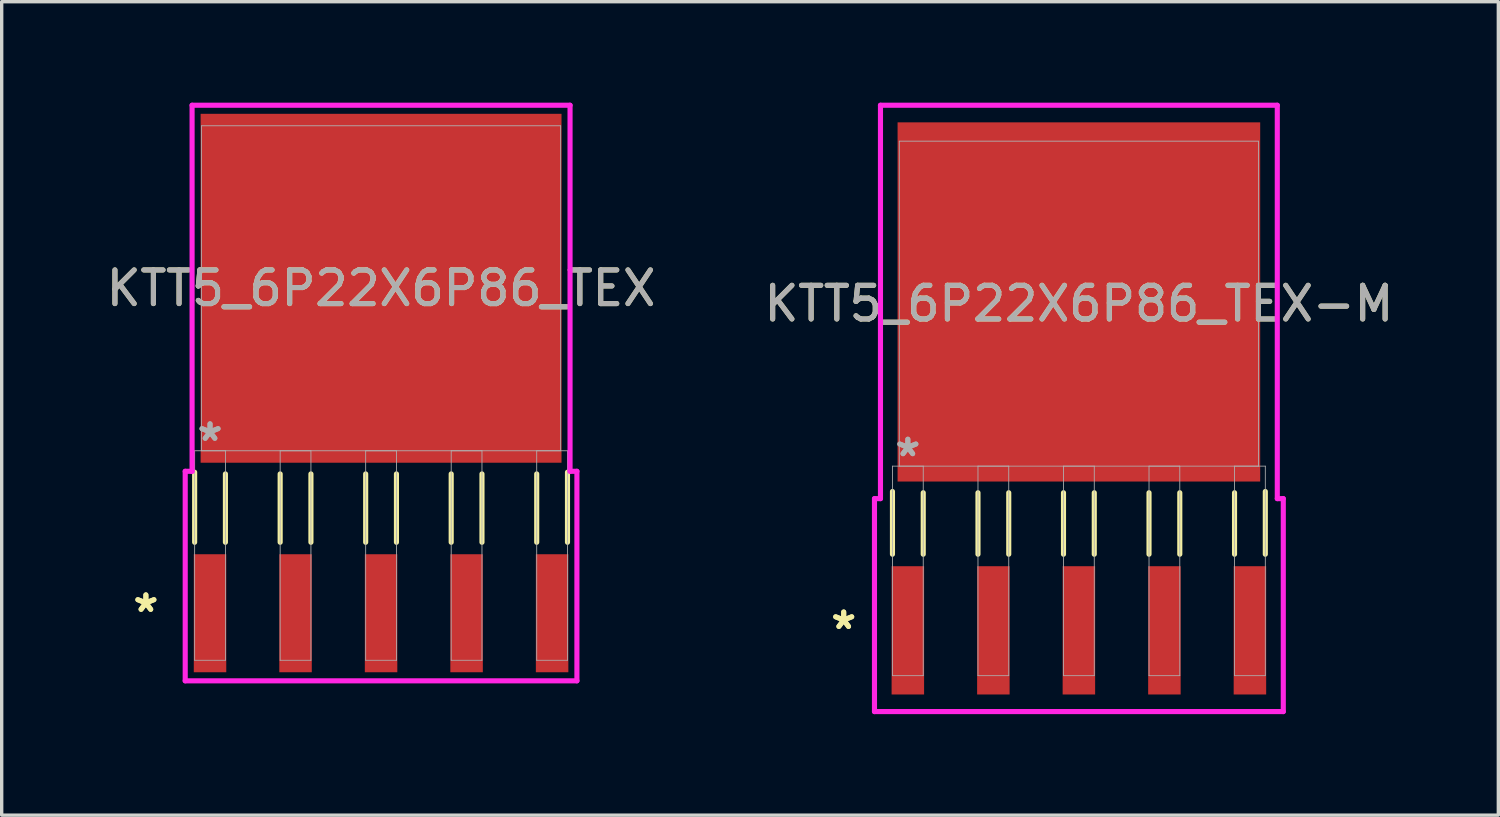
<source format=kicad_pcb>
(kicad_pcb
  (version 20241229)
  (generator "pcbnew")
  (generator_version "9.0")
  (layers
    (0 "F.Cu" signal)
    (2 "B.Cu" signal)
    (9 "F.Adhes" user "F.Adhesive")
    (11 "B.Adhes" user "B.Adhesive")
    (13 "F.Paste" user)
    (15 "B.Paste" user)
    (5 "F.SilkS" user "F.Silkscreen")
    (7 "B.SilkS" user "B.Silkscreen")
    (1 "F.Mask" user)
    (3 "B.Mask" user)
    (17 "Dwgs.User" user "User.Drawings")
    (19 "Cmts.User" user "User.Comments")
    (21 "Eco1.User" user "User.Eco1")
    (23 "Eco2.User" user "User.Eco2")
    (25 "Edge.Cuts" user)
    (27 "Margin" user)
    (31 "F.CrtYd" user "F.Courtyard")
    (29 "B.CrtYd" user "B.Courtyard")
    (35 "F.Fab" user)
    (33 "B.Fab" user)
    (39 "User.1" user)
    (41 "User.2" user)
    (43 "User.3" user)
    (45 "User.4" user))
  (footprint "KTT5_6P22X6P86_TEX"
    (layer "F.Cu")
    (at 8.268 5.512)
    (property "Reference" "KTT5_6P22X6P86_TEX" (at 0 0 0) (unlocked yes) (layer "F.SilkS") (effects (font (size 1 1) (thickness 0.15))))
    (attr smd)
    (fp_line (start -5.537 5.463) (end -5.537 7.544) (stroke (width 0.152) (type solid)) (layer "F.SilkS"))
    (fp_line (start -4.623 5.514) (end -4.623 7.544) (stroke (width 0.152) (type solid)) (layer "F.SilkS"))
    (fp_line (start -2.997 5.514) (end -2.997 7.544) (stroke (width 0.152) (type solid)) (layer "F.SilkS"))
    (fp_line (start -2.083 5.514) (end -2.083 7.544) (stroke (width 0.152) (type solid)) (layer "F.SilkS"))
    (fp_line (start -0.457 5.514) (end -0.457 7.544) (stroke (width 0.152) (type solid)) (layer "F.SilkS"))
    (fp_line (start 0.457 5.514) (end 0.457 7.544) (stroke (width 0.152) (type solid)) (layer "F.SilkS"))
    (fp_line (start 2.083 5.514) (end 2.083 7.544) (stroke (width 0.152) (type solid)) (layer "F.SilkS"))
    (fp_line (start 2.997 5.514) (end 2.997 7.544) (stroke (width 0.152) (type solid)) (layer "F.SilkS"))
    (fp_line (start 4.623 5.514) (end 4.623 7.544) (stroke (width 0.152) (type solid)) (layer "F.SilkS"))
    (fp_line (start 5.537 5.463) (end 5.537 7.544) (stroke (width 0.152) (type solid)) (layer "F.SilkS"))
    (fp_line (start -5.817 5.436) (end -5.613 5.436) (stroke (width 0.152) (type solid)) (layer "F.CrtYd"))
    (fp_line (start -5.817 11.659) (end -5.817 5.436) (stroke (width 0.152) (type solid)) (layer "F.CrtYd"))
    (fp_line (start -5.613 -5.436) (end 5.613 -5.436) (stroke (width 0.152) (type solid)) (layer "F.CrtYd"))
    (fp_line (start -5.613 5.436) (end -5.613 -5.436) (stroke (width 0.152) (type solid)) (layer "F.CrtYd"))
    (fp_line (start 5.613 -5.436) (end 5.613 5.436) (stroke (width 0.152) (type solid)) (layer "F.CrtYd"))
    (fp_line (start 5.613 5.436) (end 5.817 5.436) (stroke (width 0.152) (type solid)) (layer "F.CrtYd"))
    (fp_line (start 5.817 5.436) (end 5.817 11.659) (stroke (width 0.152) (type solid)) (layer "F.CrtYd"))
    (fp_line (start 5.817 11.659) (end -5.817 11.659) (stroke (width 0.152) (type solid)) (layer "F.CrtYd"))
    (fp_line (start -5.537 4.826) (end -5.537 11.049) (stroke (width 0.025) (type solid)) (layer "F.Fab"))
    (fp_line (start -5.537 11.049) (end -4.623 11.049) (stroke (width 0.025) (type solid)) (layer "F.Fab"))
    (fp_line (start -5.334 -4.826) (end -5.334 4.826) (stroke (width 0.025) (type solid)) (layer "F.Fab"))
    (fp_line (start -5.334 4.826) (end 5.334 4.826) (stroke (width 0.025) (type solid)) (layer "F.Fab"))
    (fp_line (start -4.623 4.826) (end -5.537 4.826) (stroke (width 0.025) (type solid)) (layer "F.Fab"))
    (fp_line (start -4.623 11.049) (end -4.623 4.826) (stroke (width 0.025) (type solid)) (layer "F.Fab"))
    (fp_line (start -2.997 4.826) (end -2.997 11.049) (stroke (width 0.025) (type solid)) (layer "F.Fab"))
    (fp_line (start -2.997 11.049) (end -2.083 11.049) (stroke (width 0.025) (type solid)) (layer "F.Fab"))
    (fp_line (start -2.083 4.826) (end -2.997 4.826) (stroke (width 0.025) (type solid)) (layer "F.Fab"))
    (fp_line (start -2.083 11.049) (end -2.083 4.826) (stroke (width 0.025) (type solid)) (layer "F.Fab"))
    (fp_line (start -0.457 4.826) (end -0.457 11.049) (stroke (width 0.025) (type solid)) (layer "F.Fab"))
    (fp_line (start -0.457 11.049) (end 0.457 11.049) (stroke (width 0.025) (type solid)) (layer "F.Fab"))
    (fp_line (start 0.457 4.826) (end -0.457 4.826) (stroke (width 0.025) (type solid)) (layer "F.Fab"))
    (fp_line (start 0.457 11.049) (end 0.457 4.826) (stroke (width 0.025) (type solid)) (layer "F.Fab"))
    (fp_line (start 2.083 4.826) (end 2.083 11.049) (stroke (width 0.025) (type solid)) (layer "F.Fab"))
    (fp_line (start 2.083 11.049) (end 2.997 11.049) (stroke (width 0.025) (type solid)) (layer "F.Fab"))
    (fp_line (start 2.997 4.826) (end 2.083 4.826) (stroke (width 0.025) (type solid)) (layer "F.Fab"))
    (fp_line (start 2.997 11.049) (end 2.997 4.826) (stroke (width 0.025) (type solid)) (layer "F.Fab"))
    (fp_line (start 4.623 4.826) (end 4.623 11.049) (stroke (width 0.025) (type solid)) (layer "F.Fab"))
    (fp_line (start 4.623 11.049) (end 5.537 11.049) (stroke (width 0.025) (type solid)) (layer "F.Fab"))
    (fp_line (start 5.334 -4.826) (end -5.334 -4.826) (stroke (width 0.025) (type solid)) (layer "F.Fab"))
    (fp_line (start 5.334 4.826) (end 5.334 -4.826) (stroke (width 0.025) (type solid)) (layer "F.Fab"))
    (fp_line (start 5.537 4.826) (end 4.623 4.826) (stroke (width 0.025) (type solid)) (layer "F.Fab"))
    (fp_line (start 5.537 11.049) (end 5.537 4.826) (stroke (width 0.025) (type solid)) (layer "F.Fab"))
    (fp_text user "*" (at -6.985 9.652 0) (layer "F.SilkS") (effects (font (size 1 1) (thickness 0.15))))
    (fp_text user "*" (at -6.985 9.652 0) (unlocked yes) (layer "F.SilkS") (effects (font (size 1 1) (thickness 0.15))))
    (fp_text user "*" (at -5.08 4.572 0) (layer "F.Fab") (effects (font (size 1 1) (thickness 0.15))))
    (fp_text user "${REFERENCE}" (at 0 0 0) (unlocked yes) (layer "F.Fab") (effects (font (size 1 1) (thickness 0.15))))
    (fp_text user "*" (at -5.08 4.572 0) (unlocked yes) (layer "F.Fab") (effects (font (size 1 1) (thickness 0.15))))
    (pad "1" smd rect (at -5.08 9.652) (size 0.965 3.505) (layers "F.Cu" "F.Mask" "F.Paste"))
    (pad "2" smd rect (at -2.54 9.652) (size 0.965 3.505) (layers "F.Cu" "F.Mask" "F.Paste"))
    (pad "3" smd rect (at 0 9.652) (size 0.965 3.505) (layers "F.Cu" "F.Mask" "F.Paste"))
    (pad "4" smd rect (at 2.54 9.652) (size 0.965 3.505) (layers "F.Cu" "F.Mask" "F.Paste"))
    (pad "5" smd rect (at 5.08 9.652) (size 0.965 3.505) (layers "F.Cu" "F.Mask" "F.Paste"))
    (pad "6" smd rect (at 0 0) (size 10.719 10.363) (layers "F.Cu" "F.Mask" "F.Paste")))
  (footprint "KTT5_6P22X6P86_TEX-M"
    (layer "F.Cu")
    (at 28.994 5.969)
    (property "Reference" "KTT5_6P22X6P86_TEX-M" (at 0 0 0) (unlocked yes) (layer "F.SilkS") (effects (font (size 1 1) (thickness 0.15))))
    (attr smd)
    (fp_line (start -5.537 5.579) (end -5.537 7.442) (stroke (width 0.152) (type solid)) (layer "F.SilkS"))
    (fp_line (start -4.623 5.616) (end -4.623 7.442) (stroke (width 0.152) (type solid)) (layer "F.SilkS"))
    (fp_line (start -2.997 5.616) (end -2.997 7.442) (stroke (width 0.152) (type solid)) (layer "F.SilkS"))
    (fp_line (start -2.083 5.616) (end -2.083 7.442) (stroke (width 0.152) (type solid)) (layer "F.SilkS"))
    (fp_line (start -0.457 5.616) (end -0.457 7.442) (stroke (width 0.152) (type solid)) (layer "F.SilkS"))
    (fp_line (start 0.457 5.616) (end 0.457 7.442) (stroke (width 0.152) (type solid)) (layer "F.SilkS"))
    (fp_line (start 2.083 5.616) (end 2.083 7.442) (stroke (width 0.152) (type solid)) (layer "F.SilkS"))
    (fp_line (start 2.997 5.616) (end 2.997 7.442) (stroke (width 0.152) (type solid)) (layer "F.SilkS"))
    (fp_line (start 4.623 5.616) (end 4.623 7.442) (stroke (width 0.152) (type solid)) (layer "F.SilkS"))
    (fp_line (start 5.537 5.579) (end 5.537 7.442) (stroke (width 0.152) (type solid)) (layer "F.SilkS"))
    (fp_line (start -6.071 5.791) (end -5.893 5.791) (stroke (width 0.152) (type solid)) (layer "F.CrtYd"))
    (fp_line (start -6.071 12.116) (end -6.071 5.791) (stroke (width 0.152) (type solid)) (layer "F.CrtYd"))
    (fp_line (start -5.893 -5.893) (end 5.893 -5.893) (stroke (width 0.152) (type solid)) (layer "F.CrtYd"))
    (fp_line (start -5.893 5.791) (end -5.893 -5.893) (stroke (width 0.152) (type solid)) (layer "F.CrtYd"))
    (fp_line (start 5.893 -5.893) (end 5.893 5.791) (stroke (width 0.152) (type solid)) (layer "F.CrtYd"))
    (fp_line (start 5.893 5.791) (end 6.071 5.791) (stroke (width 0.152) (type solid)) (layer "F.CrtYd"))
    (fp_line (start 6.071 5.791) (end 6.071 12.116) (stroke (width 0.152) (type solid)) (layer "F.CrtYd"))
    (fp_line (start 6.071 12.116) (end -6.071 12.116) (stroke (width 0.152) (type solid)) (layer "F.CrtYd"))
    (fp_line (start -5.537 4.826) (end -5.537 11.049) (stroke (width 0.025) (type solid)) (layer "F.Fab"))
    (fp_line (start -5.537 11.049) (end -4.623 11.049) (stroke (width 0.025) (type solid)) (layer "F.Fab"))
    (fp_line (start -5.334 -4.826) (end -5.334 4.826) (stroke (width 0.025) (type solid)) (layer "F.Fab"))
    (fp_line (start -5.334 4.826) (end 5.334 4.826) (stroke (width 0.025) (type solid)) (layer "F.Fab"))
    (fp_line (start -4.623 4.826) (end -5.537 4.826) (stroke (width 0.025) (type solid)) (layer "F.Fab"))
    (fp_line (start -4.623 11.049) (end -4.623 4.826) (stroke (width 0.025) (type solid)) (layer "F.Fab"))
    (fp_line (start -2.997 4.826) (end -2.997 11.049) (stroke (width 0.025) (type solid)) (layer "F.Fab"))
    (fp_line (start -2.997 11.049) (end -2.083 11.049) (stroke (width 0.025) (type solid)) (layer "F.Fab"))
    (fp_line (start -2.083 4.826) (end -2.997 4.826) (stroke (width 0.025) (type solid)) (layer "F.Fab"))
    (fp_line (start -2.083 11.049) (end -2.083 4.826) (stroke (width 0.025) (type solid)) (layer "F.Fab"))
    (fp_line (start -0.457 4.826) (end -0.457 11.049) (stroke (width 0.025) (type solid)) (layer "F.Fab"))
    (fp_line (start -0.457 11.049) (end 0.457 11.049) (stroke (width 0.025) (type solid)) (layer "F.Fab"))
    (fp_line (start 0.457 4.826) (end -0.457 4.826) (stroke (width 0.025) (type solid)) (layer "F.Fab"))
    (fp_line (start 0.457 11.049) (end 0.457 4.826) (stroke (width 0.025) (type solid)) (layer "F.Fab"))
    (fp_line (start 2.083 4.826) (end 2.083 11.049) (stroke (width 0.025) (type solid)) (layer "F.Fab"))
    (fp_line (start 2.083 11.049) (end 2.997 11.049) (stroke (width 0.025) (type solid)) (layer "F.Fab"))
    (fp_line (start 2.997 4.826) (end 2.083 4.826) (stroke (width 0.025) (type solid)) (layer "F.Fab"))
    (fp_line (start 2.997 11.049) (end 2.997 4.826) (stroke (width 0.025) (type solid)) (layer "F.Fab"))
    (fp_line (start 4.623 4.826) (end 4.623 11.049) (stroke (width 0.025) (type solid)) (layer "F.Fab"))
    (fp_line (start 4.623 11.049) (end 5.537 11.049) (stroke (width 0.025) (type solid)) (layer "F.Fab"))
    (fp_line (start 5.334 -4.826) (end -5.334 -4.826) (stroke (width 0.025) (type solid)) (layer "F.Fab"))
    (fp_line (start 5.334 4.826) (end 5.334 -4.826) (stroke (width 0.025) (type solid)) (layer "F.Fab"))
    (fp_line (start 5.537 4.826) (end 4.623 4.826) (stroke (width 0.025) (type solid)) (layer "F.Fab"))
    (fp_line (start 5.537 11.049) (end 5.537 4.826) (stroke (width 0.025) (type solid)) (layer "F.Fab"))
    (fp_text user "*" (at -6.985 9.703 0) (unlocked yes) (layer "F.SilkS") (effects (font (size 1 1) (thickness 0.15))))
    (fp_text user "*" (at -6.985 9.703 0) (layer "F.SilkS") (effects (font (size 1 1) (thickness 0.15))))
    (fp_text user "${REFERENCE}" (at 0 0 0) (unlocked yes) (layer "F.Fab") (effects (font (size 1 1) (thickness 0.15))))
    (fp_text user "*" (at -5.08 4.572 0) (unlocked yes) (layer "F.Fab") (effects (font (size 1 1) (thickness 0.15))))
    (fp_text user "*" (at -5.08 4.572 0) (layer "F.Fab") (effects (font (size 1 1) (thickness 0.15))))
    (pad "1" smd rect (at -5.08 9.703) (size 0.965 3.81) (layers "F.Cu" "F.Mask" "F.Paste"))
    (pad "2" smd rect (at -2.54 9.703) (size 0.965 3.81) (layers "F.Cu" "F.Mask" "F.Paste"))
    (pad "3" smd rect (at 0 9.703) (size 0.965 3.81) (layers "F.Cu" "F.Mask" "F.Paste"))
    (pad "4" smd rect (at 2.54 9.703) (size 0.965 3.81) (layers "F.Cu" "F.Mask" "F.Paste"))
    (pad "5" smd rect (at 5.08 9.703) (size 0.965 3.81) (layers "F.Cu" "F.Mask" "F.Paste"))
    (pad "6" smd rect (at 0 -0.051) (size 10.77 10.668) (layers "F.Cu" "F.Mask" "F.Paste")))
  (gr_rect
    (start -3 -3)
    (end 41.452 21.161)
    (stroke (width 0.1) (type default))
    (fill no)
    (layer "Edge.Cuts")))
</source>
